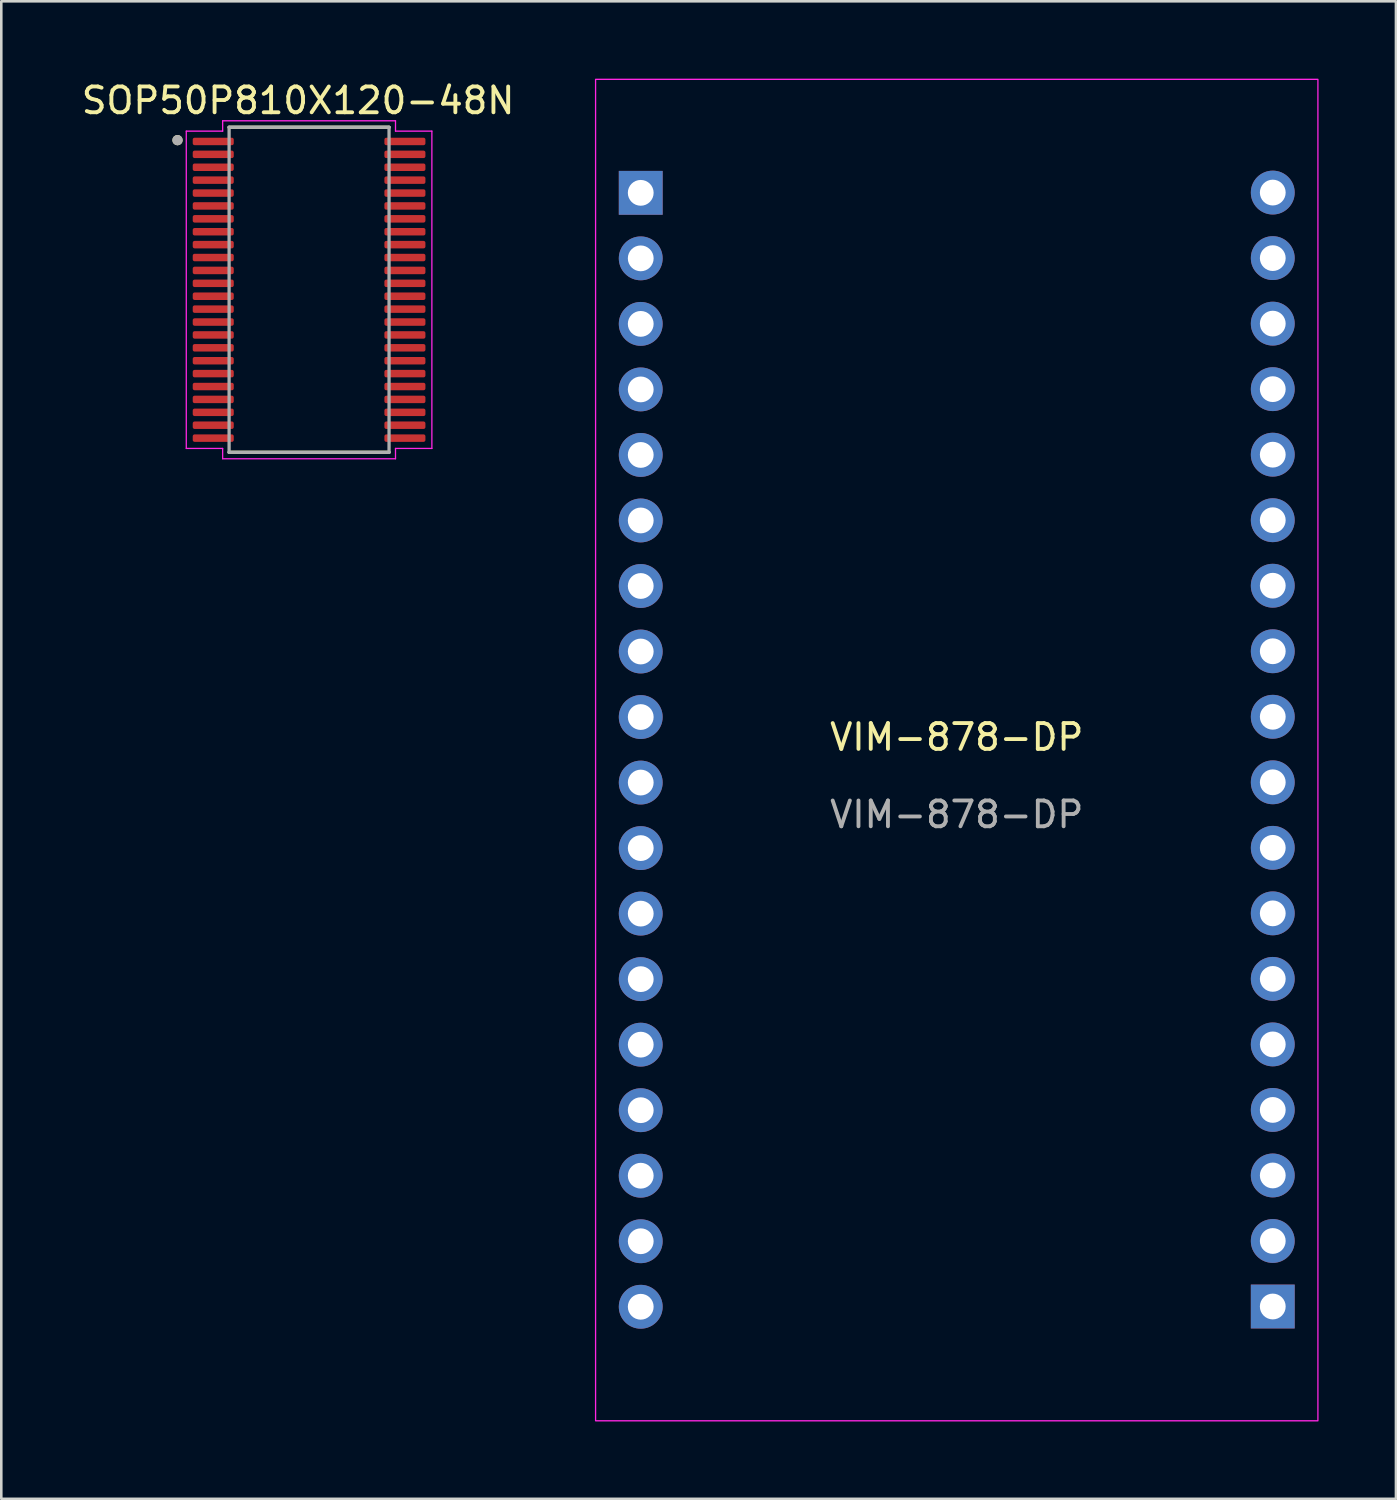
<source format=kicad_pcb>
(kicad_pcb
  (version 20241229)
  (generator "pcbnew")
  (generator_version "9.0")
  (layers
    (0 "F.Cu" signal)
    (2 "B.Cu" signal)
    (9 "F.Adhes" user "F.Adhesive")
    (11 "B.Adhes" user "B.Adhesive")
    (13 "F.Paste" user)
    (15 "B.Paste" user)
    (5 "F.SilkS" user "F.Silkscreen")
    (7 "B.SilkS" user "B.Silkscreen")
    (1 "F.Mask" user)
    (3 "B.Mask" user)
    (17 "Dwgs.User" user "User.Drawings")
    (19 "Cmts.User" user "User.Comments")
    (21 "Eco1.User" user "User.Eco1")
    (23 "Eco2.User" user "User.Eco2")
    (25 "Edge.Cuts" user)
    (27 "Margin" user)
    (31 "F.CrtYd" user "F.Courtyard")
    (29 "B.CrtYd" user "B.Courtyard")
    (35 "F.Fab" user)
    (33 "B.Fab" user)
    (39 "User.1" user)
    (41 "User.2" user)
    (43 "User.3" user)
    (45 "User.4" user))
  (footprint "VIM-878-DP"
    (layer "F.Cu")
    (at 34.037 26.025)
    (property "Reference" "VIM-878-DP" (at 0 -0.5 0) (unlocked yes) (layer "F.SilkS") (effects (font (size 1 1) (thickness 0.15))))
    (attr smd)
    (fp_rect (start -14 -26) (end 14 26) (stroke (width 0.05) (type default)) (fill no) (layer "F.CrtYd"))
    (fp_text user "${REFERENCE}" (at 0 2.5 0) (unlocked yes) (layer "F.Fab") (effects (font (size 1 1) (thickness 0.15))))
    (pad "1" thru_hole rect (at -12.25 -21.6) (size 1.7 1.7) (drill 1) (layers "*.Cu" "*.Mask"))
    (pad "2" thru_hole oval (at -12.25 -19.06) (size 1.7 1.7) (drill 1) (layers "*.Cu" "*.Mask"))
    (pad "3" thru_hole oval (at -12.25 -16.52) (size 1.7 1.7) (drill 1) (layers "*.Cu" "*.Mask"))
    (pad "4" thru_hole oval (at -12.25 -13.98) (size 1.7 1.7) (drill 1) (layers "*.Cu" "*.Mask"))
    (pad "5" thru_hole oval (at -12.25 -11.44) (size 1.7 1.7) (drill 1) (layers "*.Cu" "*.Mask"))
    (pad "6" thru_hole oval (at -12.25 -8.9) (size 1.7 1.7) (drill 1) (layers "*.Cu" "*.Mask"))
    (pad "7" thru_hole oval (at -12.25 -6.36) (size 1.7 1.7) (drill 1) (layers "*.Cu" "*.Mask"))
    (pad "8" thru_hole oval (at -12.25 -3.82) (size 1.7 1.7) (drill 1) (layers "*.Cu" "*.Mask"))
    (pad "9" thru_hole oval (at -12.25 -1.28) (size 1.7 1.7) (drill 1) (layers "*.Cu" "*.Mask"))
    (pad "10" thru_hole oval (at -12.25 1.26) (size 1.7 1.7) (drill 1) (layers "*.Cu" "*.Mask"))
    (pad "11" thru_hole oval (at -12.25 3.8) (size 1.7 1.7) (drill 1) (layers "*.Cu" "*.Mask"))
    (pad "12" thru_hole oval (at -12.25 6.34) (size 1.7 1.7) (drill 1) (layers "*.Cu" "*.Mask"))
    (pad "13" thru_hole oval (at -12.25 8.88) (size 1.7 1.7) (drill 1) (layers "*.Cu" "*.Mask"))
    (pad "14" thru_hole oval (at -12.25 11.42) (size 1.7 1.7) (drill 1) (layers "*.Cu" "*.Mask"))
    (pad "15" thru_hole oval (at -12.25 13.96) (size 1.7 1.7) (drill 1) (layers "*.Cu" "*.Mask"))
    (pad "16" thru_hole oval (at -12.25 16.5) (size 1.7 1.7) (drill 1) (layers "*.Cu" "*.Mask"))
    (pad "17" thru_hole oval (at -12.25 19.04) (size 1.7 1.7) (drill 1) (layers "*.Cu" "*.Mask"))
    (pad "18" thru_hole oval (at -12.25 21.58) (size 1.7 1.7) (drill 1) (layers "*.Cu" "*.Mask"))
    (pad "19" thru_hole rect (at 12.25 21.57 180) (size 1.7 1.7) (drill 1) (layers "*.Cu" "*.Mask"))
    (pad "20" thru_hole oval (at 12.25 19.03 180) (size 1.7 1.7) (drill 1) (layers "*.Cu" "*.Mask"))
    (pad "21" thru_hole oval (at 12.25 16.49 180) (size 1.7 1.7) (drill 1) (layers "*.Cu" "*.Mask"))
    (pad "22" thru_hole oval (at 12.25 13.95 180) (size 1.7 1.7) (drill 1) (layers "*.Cu" "*.Mask"))
    (pad "23" thru_hole oval (at 12.25 11.41 180) (size 1.7 1.7) (drill 1) (layers "*.Cu" "*.Mask"))
    (pad "24" thru_hole oval (at 12.25 8.87 180) (size 1.7 1.7) (drill 1) (layers "*.Cu" "*.Mask"))
    (pad "25" thru_hole oval (at 12.25 6.33 180) (size 1.7 1.7) (drill 1) (layers "*.Cu" "*.Mask"))
    (pad "26" thru_hole oval (at 12.25 3.79 180) (size 1.7 1.7) (drill 1) (layers "*.Cu" "*.Mask"))
    (pad "27" thru_hole oval (at 12.25 1.25 180) (size 1.7 1.7) (drill 1) (layers "*.Cu" "*.Mask"))
    (pad "28" thru_hole oval (at 12.25 -1.29 180) (size 1.7 1.7) (drill 1) (layers "*.Cu" "*.Mask"))
    (pad "29" thru_hole oval (at 12.25 -3.83 180) (size 1.7 1.7) (drill 1) (layers "*.Cu" "*.Mask"))
    (pad "30" thru_hole oval (at 12.25 -6.37 180) (size 1.7 1.7) (drill 1) (layers "*.Cu" "*.Mask"))
    (pad "31" thru_hole oval (at 12.25 -8.91 180) (size 1.7 1.7) (drill 1) (layers "*.Cu" "*.Mask"))
    (pad "32" thru_hole oval (at 12.25 -11.45 180) (size 1.7 1.7) (drill 1) (layers "*.Cu" "*.Mask"))
    (pad "33" thru_hole oval (at 12.25 -13.99 180) (size 1.7 1.7) (drill 1) (layers "*.Cu" "*.Mask"))
    (pad "34" thru_hole oval (at 12.25 -16.53 180) (size 1.7 1.7) (drill 1) (layers "*.Cu" "*.Mask"))
    (pad "35" thru_hole oval (at 12.25 -19.07 180) (size 1.7 1.7) (drill 1) (layers "*.Cu" "*.Mask"))
    (pad "36" thru_hole oval (at 12.25 -21.61 180) (size 1.7 1.7) (drill 1) (layers "*.Cu" "*.Mask")))
  (footprint "SOP50P810X120-48N"
    (layer "F.Cu")
    (at 8.931 8.183)
    (property "Reference" "SOP50P810X120-48N" (at -0.425 -7.335 0) (layer "F.SilkS") (effects (font (size 1 1) (thickness 0.15))))
    (attr smd)
    (fp_line (start -3.1 -6.3) (end 3.1 -6.3) (stroke (width 0.127) (type solid)) (layer "F.SilkS"))
    (fp_line (start -3.1 6.3) (end 3.1 6.3) (stroke (width 0.127) (type solid)) (layer "F.SilkS"))
    (fp_circle (center -5.1 -5.8) (end -5 -5.8) (stroke (width 0.2) (type solid)) (fill no) (layer "F.SilkS"))
    (fp_line (start -4.76 -6.15) (end -3.35 -6.15) (stroke (width 0.05) (type solid)) (layer "F.CrtYd"))
    (fp_line (start -4.76 6.15) (end -4.76 -6.15) (stroke (width 0.05) (type solid)) (layer "F.CrtYd"))
    (fp_line (start -3.35 -6.55) (end 3.35 -6.55) (stroke (width 0.05) (type solid)) (layer "F.CrtYd"))
    (fp_line (start -3.35 -6.15) (end -3.35 -6.55) (stroke (width 0.05) (type solid)) (layer "F.CrtYd"))
    (fp_line (start -3.35 6.15) (end -4.76 6.15) (stroke (width 0.05) (type solid)) (layer "F.CrtYd"))
    (fp_line (start -3.35 6.55) (end -3.35 6.15) (stroke (width 0.05) (type solid)) (layer "F.CrtYd"))
    (fp_line (start 3.35 -6.55) (end 3.35 -6.15) (stroke (width 0.05) (type solid)) (layer "F.CrtYd"))
    (fp_line (start 3.35 -6.15) (end 4.76 -6.15) (stroke (width 0.05) (type solid)) (layer "F.CrtYd"))
    (fp_line (start 3.35 6.15) (end 3.35 6.55) (stroke (width 0.05) (type solid)) (layer "F.CrtYd"))
    (fp_line (start 3.35 6.55) (end -3.35 6.55) (stroke (width 0.05) (type solid)) (layer "F.CrtYd"))
    (fp_line (start 4.76 6.15) (end 3.35 6.15) (stroke (width 0.05) (type solid)) (layer "F.CrtYd"))
    (fp_line (start 4.76 6.15) (end 4.76 -6.15) (stroke (width 0.05) (type solid)) (layer "F.CrtYd"))
    (fp_line (start -3.1 -6.3) (end 3.1 -6.3) (stroke (width 0.127) (type solid)) (layer "F.Fab"))
    (fp_line (start -3.1 6.3) (end -3.1 -6.3) (stroke (width 0.127) (type solid)) (layer "F.Fab"))
    (fp_line (start 3.1 -6.3) (end 3.1 6.3) (stroke (width 0.127) (type solid)) (layer "F.Fab"))
    (fp_line (start 3.1 6.3) (end -3.1 6.3) (stroke (width 0.127) (type solid)) (layer "F.Fab"))
    (fp_circle (center -5.1 -5.8) (end -5 -5.8) (stroke (width 0.2) (type solid)) (fill no) (layer "F.Fab"))
    (pad "1" smd roundrect (at -3.715 -5.75) (size 1.59 0.29) (layers "F.Cu" "F.Mask" "F.Paste") (roundrect_rratio 0.25))
    (pad "2" smd roundrect (at -3.715 -5.25) (size 1.59 0.29) (layers "F.Cu" "F.Mask" "F.Paste") (roundrect_rratio 0.25))
    (pad "3" smd roundrect (at -3.715 -4.75) (size 1.59 0.29) (layers "F.Cu" "F.Mask" "F.Paste") (roundrect_rratio 0.25))
    (pad "4" smd roundrect (at -3.715 -4.25) (size 1.59 0.29) (layers "F.Cu" "F.Mask" "F.Paste") (roundrect_rratio 0.25))
    (pad "5" smd roundrect (at -3.715 -3.75) (size 1.59 0.29) (layers "F.Cu" "F.Mask" "F.Paste") (roundrect_rratio 0.25))
    (pad "6" smd roundrect (at -3.715 -3.25) (size 1.59 0.29) (layers "F.Cu" "F.Mask" "F.Paste") (roundrect_rratio 0.25))
    (pad "7" smd roundrect (at -3.715 -2.75) (size 1.59 0.29) (layers "F.Cu" "F.Mask" "F.Paste") (roundrect_rratio 0.25))
    (pad "8" smd roundrect (at -3.715 -2.25) (size 1.59 0.29) (layers "F.Cu" "F.Mask" "F.Paste") (roundrect_rratio 0.25))
    (pad "9" smd roundrect (at -3.715 -1.75) (size 1.59 0.29) (layers "F.Cu" "F.Mask" "F.Paste") (roundrect_rratio 0.25))
    (pad "10" smd roundrect (at -3.715 -1.25) (size 1.59 0.29) (layers "F.Cu" "F.Mask" "F.Paste") (roundrect_rratio 0.25))
    (pad "11" smd roundrect (at -3.715 -0.75) (size 1.59 0.29) (layers "F.Cu" "F.Mask" "F.Paste") (roundrect_rratio 0.25))
    (pad "12" smd roundrect (at -3.715 -0.25) (size 1.59 0.29) (layers "F.Cu" "F.Mask" "F.Paste") (roundrect_rratio 0.25))
    (pad "13" smd roundrect (at -3.715 0.25) (size 1.59 0.29) (layers "F.Cu" "F.Mask" "F.Paste") (roundrect_rratio 0.25))
    (pad "14" smd roundrect (at -3.715 0.75) (size 1.59 0.29) (layers "F.Cu" "F.Mask" "F.Paste") (roundrect_rratio 0.25))
    (pad "15" smd roundrect (at -3.715 1.25) (size 1.59 0.29) (layers "F.Cu" "F.Mask" "F.Paste") (roundrect_rratio 0.25))
    (pad "16" smd roundrect (at -3.715 1.75) (size 1.59 0.29) (layers "F.Cu" "F.Mask" "F.Paste") (roundrect_rratio 0.25))
    (pad "17" smd roundrect (at -3.715 2.25) (size 1.59 0.29) (layers "F.Cu" "F.Mask" "F.Paste") (roundrect_rratio 0.25))
    (pad "18" smd roundrect (at -3.715 2.75) (size 1.59 0.29) (layers "F.Cu" "F.Mask" "F.Paste") (roundrect_rratio 0.25))
    (pad "19" smd roundrect (at -3.715 3.25) (size 1.59 0.29) (layers "F.Cu" "F.Mask" "F.Paste") (roundrect_rratio 0.25))
    (pad "20" smd roundrect (at -3.715 3.75) (size 1.59 0.29) (layers "F.Cu" "F.Mask" "F.Paste") (roundrect_rratio 0.25))
    (pad "21" smd roundrect (at -3.715 4.25) (size 1.59 0.29) (layers "F.Cu" "F.Mask" "F.Paste") (roundrect_rratio 0.25))
    (pad "22" smd roundrect (at -3.715 4.75) (size 1.59 0.29) (layers "F.Cu" "F.Mask" "F.Paste") (roundrect_rratio 0.25))
    (pad "23" smd roundrect (at -3.715 5.25) (size 1.59 0.29) (layers "F.Cu" "F.Mask" "F.Paste") (roundrect_rratio 0.25))
    (pad "24" smd roundrect (at -3.715 5.75) (size 1.59 0.29) (layers "F.Cu" "F.Mask" "F.Paste") (roundrect_rratio 0.25))
    (pad "25" smd roundrect (at 3.715 5.75) (size 1.59 0.29) (layers "F.Cu" "F.Mask" "F.Paste") (roundrect_rratio 0.25))
    (pad "26" smd roundrect (at 3.715 5.25) (size 1.59 0.29) (layers "F.Cu" "F.Mask" "F.Paste") (roundrect_rratio 0.25))
    (pad "27" smd roundrect (at 3.715 4.75) (size 1.59 0.29) (layers "F.Cu" "F.Mask" "F.Paste") (roundrect_rratio 0.25))
    (pad "28" smd roundrect (at 3.715 4.25) (size 1.59 0.29) (layers "F.Cu" "F.Mask" "F.Paste") (roundrect_rratio 0.25))
    (pad "29" smd roundrect (at 3.715 3.75) (size 1.59 0.29) (layers "F.Cu" "F.Mask" "F.Paste") (roundrect_rratio 0.25))
    (pad "30" smd roundrect (at 3.715 3.25) (size 1.59 0.29) (layers "F.Cu" "F.Mask" "F.Paste") (roundrect_rratio 0.25))
    (pad "31" smd roundrect (at 3.715 2.75) (size 1.59 0.29) (layers "F.Cu" "F.Mask" "F.Paste") (roundrect_rratio 0.25))
    (pad "32" smd roundrect (at 3.715 2.25) (size 1.59 0.29) (layers "F.Cu" "F.Mask" "F.Paste") (roundrect_rratio 0.25))
    (pad "33" smd roundrect (at 3.715 1.75) (size 1.59 0.29) (layers "F.Cu" "F.Mask" "F.Paste") (roundrect_rratio 0.25))
    (pad "34" smd roundrect (at 3.715 1.25) (size 1.59 0.29) (layers "F.Cu" "F.Mask" "F.Paste") (roundrect_rratio 0.25))
    (pad "35" smd roundrect (at 3.715 0.75) (size 1.59 0.29) (layers "F.Cu" "F.Mask" "F.Paste") (roundrect_rratio 0.25))
    (pad "36" smd roundrect (at 3.715 0.25) (size 1.59 0.29) (layers "F.Cu" "F.Mask" "F.Paste") (roundrect_rratio 0.25))
    (pad "37" smd roundrect (at 3.715 -0.25) (size 1.59 0.29) (layers "F.Cu" "F.Mask" "F.Paste") (roundrect_rratio 0.25))
    (pad "38" smd roundrect (at 3.715 -0.75) (size 1.59 0.29) (layers "F.Cu" "F.Mask" "F.Paste") (roundrect_rratio 0.25))
    (pad "39" smd roundrect (at 3.715 -1.25) (size 1.59 0.29) (layers "F.Cu" "F.Mask" "F.Paste") (roundrect_rratio 0.25))
    (pad "40" smd roundrect (at 3.715 -1.75) (size 1.59 0.29) (layers "F.Cu" "F.Mask" "F.Paste") (roundrect_rratio 0.25))
    (pad "41" smd roundrect (at 3.715 -2.25) (size 1.59 0.29) (layers "F.Cu" "F.Mask" "F.Paste") (roundrect_rratio 0.25))
    (pad "42" smd roundrect (at 3.715 -2.75) (size 1.59 0.29) (layers "F.Cu" "F.Mask" "F.Paste") (roundrect_rratio 0.25))
    (pad "43" smd roundrect (at 3.715 -3.25) (size 1.59 0.29) (layers "F.Cu" "F.Mask" "F.Paste") (roundrect_rratio 0.25))
    (pad "44" smd roundrect (at 3.715 -3.75) (size 1.59 0.29) (layers "F.Cu" "F.Mask" "F.Paste") (roundrect_rratio 0.25))
    (pad "45" smd roundrect (at 3.715 -4.25) (size 1.59 0.29) (layers "F.Cu" "F.Mask" "F.Paste") (roundrect_rratio 0.25))
    (pad "46" smd roundrect (at 3.715 -4.75) (size 1.59 0.29) (layers "F.Cu" "F.Mask" "F.Paste") (roundrect_rratio 0.25))
    (pad "47" smd roundrect (at 3.715 -5.25) (size 1.59 0.29) (layers "F.Cu" "F.Mask" "F.Paste") (roundrect_rratio 0.25))
    (pad "48" smd roundrect (at 3.715 -5.75) (size 1.59 0.29) (layers "F.Cu" "F.Mask" "F.Paste") (roundrect_rratio 0.25)))
  (gr_rect
    (start -3 -3)
    (end 51.062 55.05)
    (stroke (width 0.1) (type default))
    (fill no)
    (layer "Edge.Cuts")))
</source>
